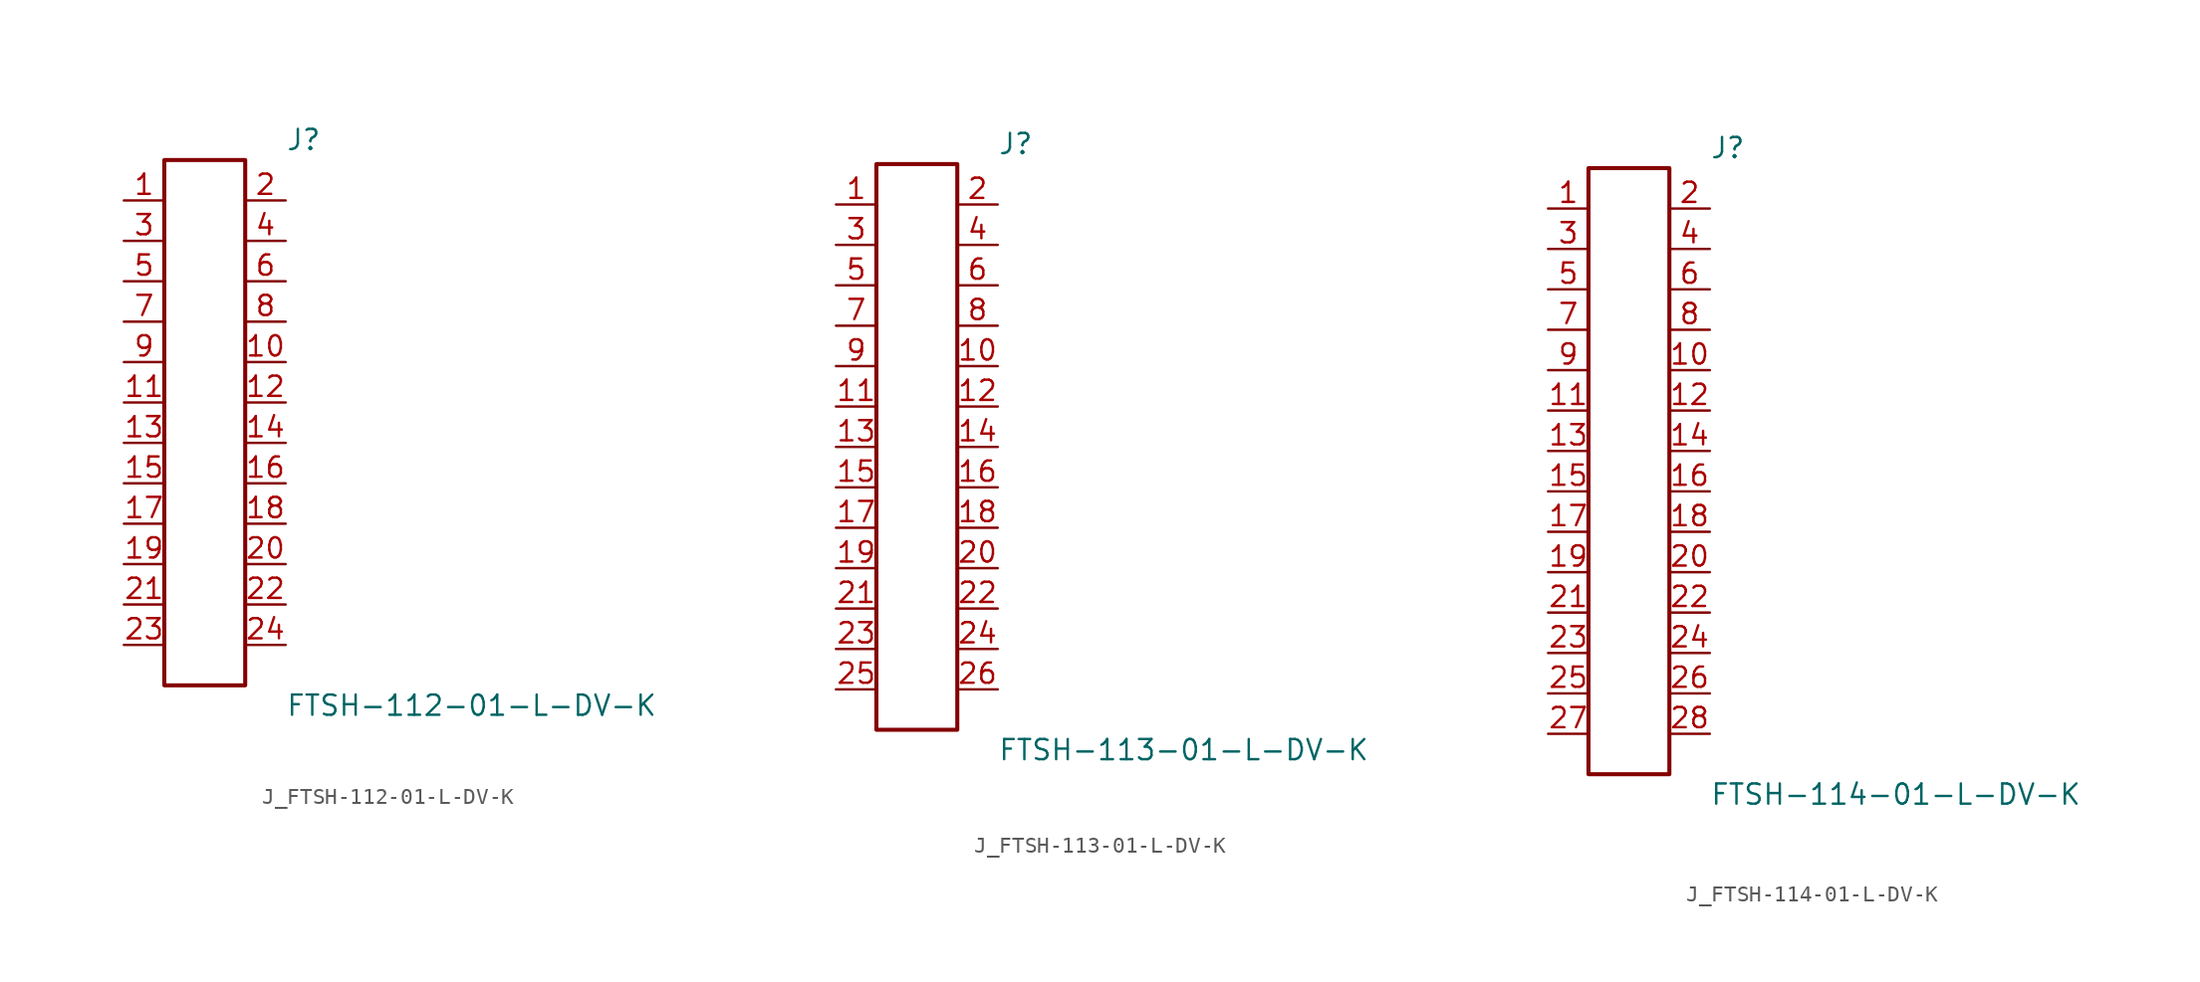
<source format=kicad_sym>
(kicad_symbol_lib
  (version 20231120)
  (generator kicad_symbol_editor)
  (generator_version 8.0)
  (symbol "J_FTSH-112-01-L-DV-K"
    (pin_names
      (offset 0.254))
    (property "Reference" "J"
      (at 5.08 17.78 0)
      (effects (font (size 1.27 1.27)) (justify left)))
    (property "Value" "FTSH-112-01-L-DV-K"
      (at 5.08 -17.78 0)
      (effects (font (size 1.27 1.27)) (justify left)))
    (symbol "J_FTSH-112-01-L-DV-K_0_0"
      (pin passive line (at -5.08 13.97 0) (length 2.54) (name "" (effects (font (size 1.27 1.27)))) (number "1" (effects (font (size 1.27 1.27)))))
      (pin passive line (at 5.08 13.97 180) (length 2.54) (name "" (effects (font (size 1.27 1.27)))) (number "2" (effects (font (size 1.27 1.27)))))
      (pin passive line (at -5.08 11.43 0) (length 2.54) (name "" (effects (font (size 1.27 1.27)))) (number "3" (effects (font (size 1.27 1.27)))))
      (pin passive line (at 5.08 11.43 180) (length 2.54) (name "" (effects (font (size 1.27 1.27)))) (number "4" (effects (font (size 1.27 1.27)))))
      (pin passive line (at -5.08 8.89 0) (length 2.54) (name "" (effects (font (size 1.27 1.27)))) (number "5" (effects (font (size 1.27 1.27)))))
      (pin passive line (at 5.08 8.89 180) (length 2.54) (name "" (effects (font (size 1.27 1.27)))) (number "6" (effects (font (size 1.27 1.27)))))
      (pin passive line (at -5.08 6.35 0) (length 2.54) (name "" (effects (font (size 1.27 1.27)))) (number "7" (effects (font (size 1.27 1.27)))))
      (pin passive line (at 5.08 6.35 180) (length 2.54) (name "" (effects (font (size 1.27 1.27)))) (number "8" (effects (font (size 1.27 1.27)))))
      (pin passive line (at -5.08 3.81 0) (length 2.54) (name "" (effects (font (size 1.27 1.27)))) (number "9" (effects (font (size 1.27 1.27)))))
      (pin passive line (at 5.08 3.81 180) (length 2.54) (name "" (effects (font (size 1.27 1.27)))) (number "10" (effects (font (size 1.27 1.27)))))
      (pin passive line (at -5.08 1.27 0) (length 2.54) (name "" (effects (font (size 1.27 1.27)))) (number "11" (effects (font (size 1.27 1.27)))))
      (pin passive line (at 5.08 1.27 180) (length 2.54) (name "" (effects (font (size 1.27 1.27)))) (number "12" (effects (font (size 1.27 1.27)))))
      (pin passive line (at -5.08 -1.27 0) (length 2.54) (name "" (effects (font (size 1.27 1.27)))) (number "13" (effects (font (size 1.27 1.27)))))
      (pin passive line (at 5.08 -1.27 180) (length 2.54) (name "" (effects (font (size 1.27 1.27)))) (number "14" (effects (font (size 1.27 1.27)))))
      (pin passive line (at -5.08 -3.81 0) (length 2.54) (name "" (effects (font (size 1.27 1.27)))) (number "15" (effects (font (size 1.27 1.27)))))
      (pin passive line (at 5.08 -3.81 180) (length 2.54) (name "" (effects (font (size 1.27 1.27)))) (number "16" (effects (font (size 1.27 1.27)))))
      (pin passive line (at -5.08 -6.35 0) (length 2.54) (name "" (effects (font (size 1.27 1.27)))) (number "17" (effects (font (size 1.27 1.27)))))
      (pin passive line (at 5.08 -6.35 180) (length 2.54) (name "" (effects (font (size 1.27 1.27)))) (number "18" (effects (font (size 1.27 1.27)))))
      (pin passive line (at -5.08 -8.89 0) (length 2.54) (name "" (effects (font (size 1.27 1.27)))) (number "19" (effects (font (size 1.27 1.27)))))
      (pin passive line (at 5.08 -8.89 180) (length 2.54) (name "" (effects (font (size 1.27 1.27)))) (number "20" (effects (font (size 1.27 1.27)))))
      (pin passive line (at -5.08 -11.43 0) (length 2.54) (name "" (effects (font (size 1.27 1.27)))) (number "21" (effects (font (size 1.27 1.27)))))
      (pin passive line (at 5.08 -11.43 180) (length 2.54) (name "" (effects (font (size 1.27 1.27)))) (number "22" (effects (font (size 1.27 1.27)))))
      (pin passive line (at -5.08 -13.97 0) (length 2.54) (name "" (effects (font (size 1.27 1.27)))) (number "23" (effects (font (size 1.27 1.27)))))
      (pin passive line (at 5.08 -13.97 180) (length 2.54) (name "" (effects (font (size 1.27 1.27)))) (number "24" (effects (font (size 1.27 1.27))))))
    (symbol "J_FTSH-112-01-L-DV-K_1_0"
      (rectangle (start -2.54 16.51) (end 2.54 -16.51) (stroke (width 0.254) (type solid)) (fill (type none)))))
  (symbol "J_FTSH-113-01-L-DV-K"
    (pin_names
      (offset 0.254))
    (property "Reference" "J"
      (at 5.08 19.05 0)
      (effects (font (size 1.27 1.27)) (justify left)))
    (property "Value" "FTSH-113-01-L-DV-K"
      (at 5.08 -19.05 0)
      (effects (font (size 1.27 1.27)) (justify left)))
    (symbol "J_FTSH-113-01-L-DV-K_0_0"
      (pin passive line (at -5.08 15.24 0) (length 2.54) (name "" (effects (font (size 1.27 1.27)))) (number "1" (effects (font (size 1.27 1.27)))))
      (pin passive line (at 5.08 15.24 180) (length 2.54) (name "" (effects (font (size 1.27 1.27)))) (number "2" (effects (font (size 1.27 1.27)))))
      (pin passive line (at -5.08 12.7 0) (length 2.54) (name "" (effects (font (size 1.27 1.27)))) (number "3" (effects (font (size 1.27 1.27)))))
      (pin passive line (at 5.08 12.7 180) (length 2.54) (name "" (effects (font (size 1.27 1.27)))) (number "4" (effects (font (size 1.27 1.27)))))
      (pin passive line (at -5.08 10.16 0) (length 2.54) (name "" (effects (font (size 1.27 1.27)))) (number "5" (effects (font (size 1.27 1.27)))))
      (pin passive line (at 5.08 10.16 180) (length 2.54) (name "" (effects (font (size 1.27 1.27)))) (number "6" (effects (font (size 1.27 1.27)))))
      (pin passive line (at -5.08 7.62 0) (length 2.54) (name "" (effects (font (size 1.27 1.27)))) (number "7" (effects (font (size 1.27 1.27)))))
      (pin passive line (at 5.08 7.62 180) (length 2.54) (name "" (effects (font (size 1.27 1.27)))) (number "8" (effects (font (size 1.27 1.27)))))
      (pin passive line (at -5.08 5.08 0) (length 2.54) (name "" (effects (font (size 1.27 1.27)))) (number "9" (effects (font (size 1.27 1.27)))))
      (pin passive line (at 5.08 5.08 180) (length 2.54) (name "" (effects (font (size 1.27 1.27)))) (number "10" (effects (font (size 1.27 1.27)))))
      (pin passive line (at -5.08 2.54 0) (length 2.54) (name "" (effects (font (size 1.27 1.27)))) (number "11" (effects (font (size 1.27 1.27)))))
      (pin passive line (at 5.08 2.54 180) (length 2.54) (name "" (effects (font (size 1.27 1.27)))) (number "12" (effects (font (size 1.27 1.27)))))
      (pin passive line (at -5.08 0.0 0) (length 2.54) (name "" (effects (font (size 1.27 1.27)))) (number "13" (effects (font (size 1.27 1.27)))))
      (pin passive line (at 5.08 0.0 180) (length 2.54) (name "" (effects (font (size 1.27 1.27)))) (number "14" (effects (font (size 1.27 1.27)))))
      (pin passive line (at -5.08 -2.54 0) (length 2.54) (name "" (effects (font (size 1.27 1.27)))) (number "15" (effects (font (size 1.27 1.27)))))
      (pin passive line (at 5.08 -2.54 180) (length 2.54) (name "" (effects (font (size 1.27 1.27)))) (number "16" (effects (font (size 1.27 1.27)))))
      (pin passive line (at -5.08 -5.08 0) (length 2.54) (name "" (effects (font (size 1.27 1.27)))) (number "17" (effects (font (size 1.27 1.27)))))
      (pin passive line (at 5.08 -5.08 180) (length 2.54) (name "" (effects (font (size 1.27 1.27)))) (number "18" (effects (font (size 1.27 1.27)))))
      (pin passive line (at -5.08 -7.62 0) (length 2.54) (name "" (effects (font (size 1.27 1.27)))) (number "19" (effects (font (size 1.27 1.27)))))
      (pin passive line (at 5.08 -7.62 180) (length 2.54) (name "" (effects (font (size 1.27 1.27)))) (number "20" (effects (font (size 1.27 1.27)))))
      (pin passive line (at -5.08 -10.16 0) (length 2.54) (name "" (effects (font (size 1.27 1.27)))) (number "21" (effects (font (size 1.27 1.27)))))
      (pin passive line (at 5.08 -10.16 180) (length 2.54) (name "" (effects (font (size 1.27 1.27)))) (number "22" (effects (font (size 1.27 1.27)))))
      (pin passive line (at -5.08 -12.7 0) (length 2.54) (name "" (effects (font (size 1.27 1.27)))) (number "23" (effects (font (size 1.27 1.27)))))
      (pin passive line (at 5.08 -12.7 180) (length 2.54) (name "" (effects (font (size 1.27 1.27)))) (number "24" (effects (font (size 1.27 1.27)))))
      (pin passive line (at -5.08 -15.24 0) (length 2.54) (name "" (effects (font (size 1.27 1.27)))) (number "25" (effects (font (size 1.27 1.27)))))
      (pin passive line (at 5.08 -15.24 180) (length 2.54) (name "" (effects (font (size 1.27 1.27)))) (number "26" (effects (font (size 1.27 1.27))))))
    (symbol "J_FTSH-113-01-L-DV-K_1_0"
      (rectangle (start -2.54 17.78) (end 2.54 -17.78) (stroke (width 0.254) (type solid)) (fill (type none)))))
  (symbol "J_FTSH-114-01-L-DV-K"
    (pin_names
      (offset 0.254))
    (property "Reference" "J"
      (at 5.08 20.32 0)
      (effects (font (size 1.27 1.27)) (justify left)))
    (property "Value" "FTSH-114-01-L-DV-K"
      (at 5.08 -20.32 0)
      (effects (font (size 1.27 1.27)) (justify left)))
    (symbol "J_FTSH-114-01-L-DV-K_0_0"
      (pin passive line (at -5.08 16.51 0) (length 2.54) (name "" (effects (font (size 1.27 1.27)))) (number "1" (effects (font (size 1.27 1.27)))))
      (pin passive line (at 5.08 16.51 180) (length 2.54) (name "" (effects (font (size 1.27 1.27)))) (number "2" (effects (font (size 1.27 1.27)))))
      (pin passive line (at -5.08 13.97 0) (length 2.54) (name "" (effects (font (size 1.27 1.27)))) (number "3" (effects (font (size 1.27 1.27)))))
      (pin passive line (at 5.08 13.97 180) (length 2.54) (name "" (effects (font (size 1.27 1.27)))) (number "4" (effects (font (size 1.27 1.27)))))
      (pin passive line (at -5.08 11.43 0) (length 2.54) (name "" (effects (font (size 1.27 1.27)))) (number "5" (effects (font (size 1.27 1.27)))))
      (pin passive line (at 5.08 11.43 180) (length 2.54) (name "" (effects (font (size 1.27 1.27)))) (number "6" (effects (font (size 1.27 1.27)))))
      (pin passive line (at -5.08 8.89 0) (length 2.54) (name "" (effects (font (size 1.27 1.27)))) (number "7" (effects (font (size 1.27 1.27)))))
      (pin passive line (at 5.08 8.89 180) (length 2.54) (name "" (effects (font (size 1.27 1.27)))) (number "8" (effects (font (size 1.27 1.27)))))
      (pin passive line (at -5.08 6.35 0) (length 2.54) (name "" (effects (font (size 1.27 1.27)))) (number "9" (effects (font (size 1.27 1.27)))))
      (pin passive line (at 5.08 6.35 180) (length 2.54) (name "" (effects (font (size 1.27 1.27)))) (number "10" (effects (font (size 1.27 1.27)))))
      (pin passive line (at -5.08 3.81 0) (length 2.54) (name "" (effects (font (size 1.27 1.27)))) (number "11" (effects (font (size 1.27 1.27)))))
      (pin passive line (at 5.08 3.81 180) (length 2.54) (name "" (effects (font (size 1.27 1.27)))) (number "12" (effects (font (size 1.27 1.27)))))
      (pin passive line (at -5.08 1.27 0) (length 2.54) (name "" (effects (font (size 1.27 1.27)))) (number "13" (effects (font (size 1.27 1.27)))))
      (pin passive line (at 5.08 1.27 180) (length 2.54) (name "" (effects (font (size 1.27 1.27)))) (number "14" (effects (font (size 1.27 1.27)))))
      (pin passive line (at -5.08 -1.27 0) (length 2.54) (name "" (effects (font (size 1.27 1.27)))) (number "15" (effects (font (size 1.27 1.27)))))
      (pin passive line (at 5.08 -1.27 180) (length 2.54) (name "" (effects (font (size 1.27 1.27)))) (number "16" (effects (font (size 1.27 1.27)))))
      (pin passive line (at -5.08 -3.81 0) (length 2.54) (name "" (effects (font (size 1.27 1.27)))) (number "17" (effects (font (size 1.27 1.27)))))
      (pin passive line (at 5.08 -3.81 180) (length 2.54) (name "" (effects (font (size 1.27 1.27)))) (number "18" (effects (font (size 1.27 1.27)))))
      (pin passive line (at -5.08 -6.35 0) (length 2.54) (name "" (effects (font (size 1.27 1.27)))) (number "19" (effects (font (size 1.27 1.27)))))
      (pin passive line (at 5.08 -6.35 180) (length 2.54) (name "" (effects (font (size 1.27 1.27)))) (number "20" (effects (font (size 1.27 1.27)))))
      (pin passive line (at -5.08 -8.89 0) (length 2.54) (name "" (effects (font (size 1.27 1.27)))) (number "21" (effects (font (size 1.27 1.27)))))
      (pin passive line (at 5.08 -8.89 180) (length 2.54) (name "" (effects (font (size 1.27 1.27)))) (number "22" (effects (font (size 1.27 1.27)))))
      (pin passive line (at -5.08 -11.43 0) (length 2.54) (name "" (effects (font (size 1.27 1.27)))) (number "23" (effects (font (size 1.27 1.27)))))
      (pin passive line (at 5.08 -11.43 180) (length 2.54) (name "" (effects (font (size 1.27 1.27)))) (number "24" (effects (font (size 1.27 1.27)))))
      (pin passive line (at -5.08 -13.97 0) (length 2.54) (name "" (effects (font (size 1.27 1.27)))) (number "25" (effects (font (size 1.27 1.27)))))
      (pin passive line (at 5.08 -13.97 180) (length 2.54) (name "" (effects (font (size 1.27 1.27)))) (number "26" (effects (font (size 1.27 1.27)))))
      (pin passive line (at -5.08 -16.51 0) (length 2.54) (name "" (effects (font (size 1.27 1.27)))) (number "27" (effects (font (size 1.27 1.27)))))
      (pin passive line (at 5.08 -16.51 180) (length 2.54) (name "" (effects (font (size 1.27 1.27)))) (number "28" (effects (font (size 1.27 1.27))))))
    (symbol "J_FTSH-114-01-L-DV-K_1_0"
      (rectangle (start -2.54 19.05) (end 2.54 -19.05) (stroke (width 0.254) (type solid)) (fill (type none))))))
</source>
